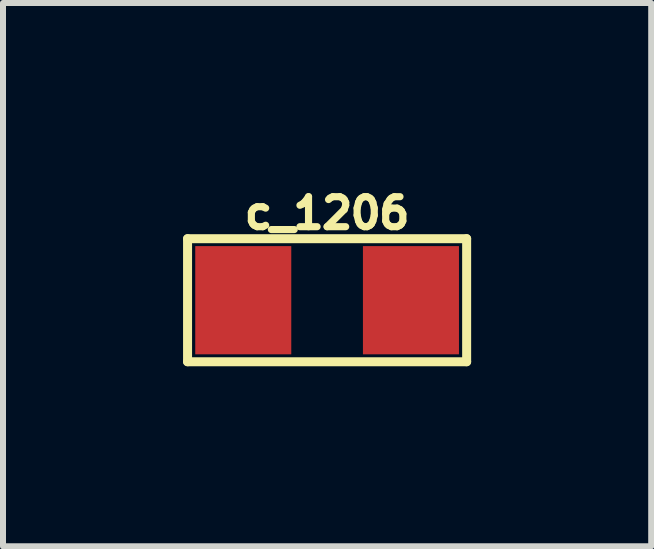
<source format=kicad_pcb>
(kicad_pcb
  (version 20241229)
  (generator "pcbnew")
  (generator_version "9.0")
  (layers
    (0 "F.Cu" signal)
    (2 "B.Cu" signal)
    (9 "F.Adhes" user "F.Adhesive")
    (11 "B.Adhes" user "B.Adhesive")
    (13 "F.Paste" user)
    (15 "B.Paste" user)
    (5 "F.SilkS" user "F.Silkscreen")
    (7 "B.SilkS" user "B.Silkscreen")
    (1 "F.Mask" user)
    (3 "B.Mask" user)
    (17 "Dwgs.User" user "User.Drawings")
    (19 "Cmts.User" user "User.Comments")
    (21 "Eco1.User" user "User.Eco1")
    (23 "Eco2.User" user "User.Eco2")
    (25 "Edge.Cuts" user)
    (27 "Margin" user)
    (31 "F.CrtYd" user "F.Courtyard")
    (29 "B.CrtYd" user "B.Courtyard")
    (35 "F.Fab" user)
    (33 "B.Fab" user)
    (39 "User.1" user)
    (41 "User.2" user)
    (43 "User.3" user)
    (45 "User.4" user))
  (footprint "c_1206"
    (layer "F.Cu")
    (at 2.4 1.952)
    (property "Reference" "c_1206" (at 0 -1.45 0) (layer "F.SilkS") (effects (font (size 0.5 0.5) (thickness 0.119))))
    (attr through_hole)
    (fp_line (start -2.325 -1.025) (end -2.325 1.025) (stroke (width 0.15) (type solid)) (layer "F.SilkS"))
    (fp_line (start -2.325 1.025) (end 2.325 1.025) (stroke (width 0.15) (type solid)) (layer "F.SilkS"))
    (fp_line (start 2.325 -1.025) (end -2.325 -1.025) (stroke (width 0.15) (type solid)) (layer "F.SilkS"))
    (fp_line (start 2.325 1.025) (end 2.325 -1.025) (stroke (width 0.15) (type solid)) (layer "F.SilkS"))
    (pad "1" smd rect (at 1.397 0) (size 1.6 1.803) (layers "F.Cu" "F.Mask" "F.Paste"))
    (pad "2" smd rect (at -1.397 0) (size 1.6 1.803) (layers "F.Cu" "F.Mask" "F.Paste")))
  (gr_rect
    (start -3 -3)
    (end 7.8 6.052)
    (stroke (width 0.1) (type default))
    (fill no)
    (layer "Edge.Cuts")))
</source>
